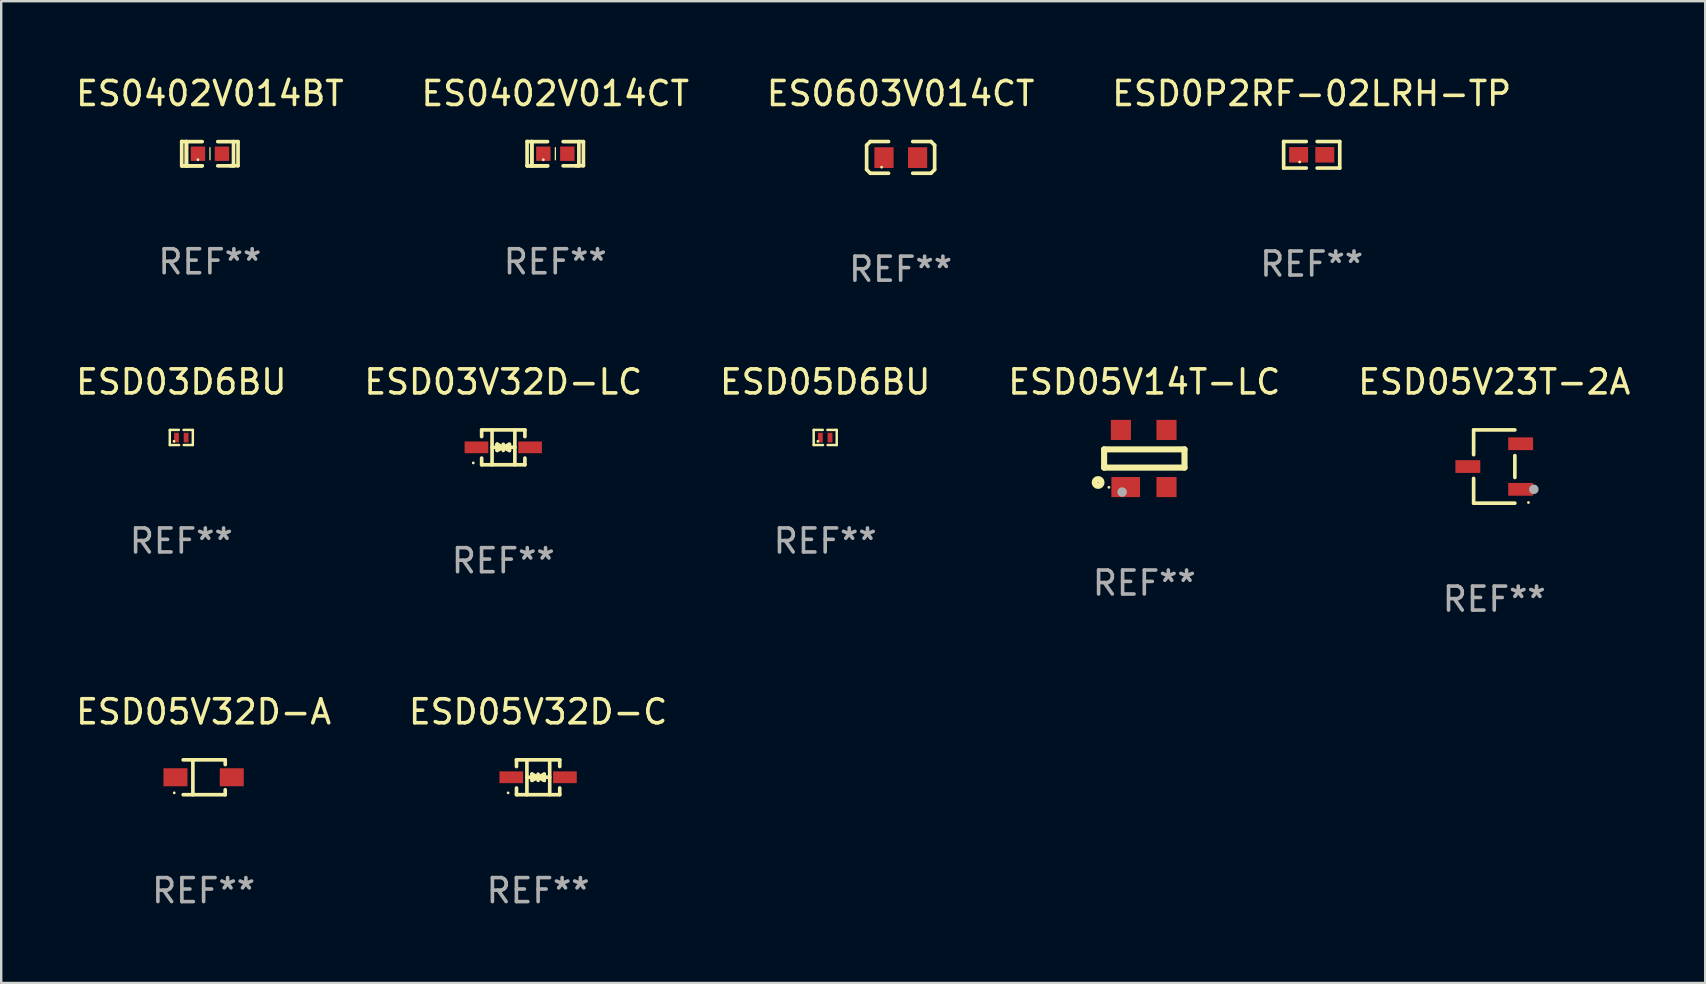
<source format=kicad_pcb>
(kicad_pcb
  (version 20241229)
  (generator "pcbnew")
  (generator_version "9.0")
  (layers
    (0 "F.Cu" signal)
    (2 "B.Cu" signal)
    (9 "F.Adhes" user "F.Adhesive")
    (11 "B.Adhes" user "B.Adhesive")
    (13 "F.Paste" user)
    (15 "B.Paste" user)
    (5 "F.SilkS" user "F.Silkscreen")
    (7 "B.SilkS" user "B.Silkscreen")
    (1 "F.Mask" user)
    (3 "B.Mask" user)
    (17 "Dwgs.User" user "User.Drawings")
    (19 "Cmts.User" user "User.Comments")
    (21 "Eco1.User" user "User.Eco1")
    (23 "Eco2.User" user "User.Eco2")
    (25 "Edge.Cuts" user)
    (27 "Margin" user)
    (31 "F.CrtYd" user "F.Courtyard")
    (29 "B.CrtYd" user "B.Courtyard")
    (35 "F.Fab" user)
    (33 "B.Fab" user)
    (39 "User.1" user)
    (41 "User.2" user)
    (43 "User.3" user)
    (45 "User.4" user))
  (footprint "ESD05V14T-LC"
    (layer "F.Cu")
    (at 44.637 16.057)
    (property "Reference" "ESD05V14T-LC" (at 0 -3.191 0) (layer "F.SilkS") (effects (font (size 1 1) (thickness 0.15))))
    (attr through_hole)
    (fp_line (start -1.675 -0.38) (end -1.675 0.38) (stroke (width 0.254) (type solid)) (layer "F.SilkS"))
    (fp_line (start -1.675 -0.38) (end 1.675 -0.38) (stroke (width 0.254) (type solid)) (layer "F.SilkS"))
    (fp_line (start -1.675 0.38) (end 1.675 0.38) (stroke (width 0.254) (type solid)) (layer "F.SilkS"))
    (fp_line (start 1.675 -0.38) (end 1.675 0.38) (stroke (width 0.254) (type solid)) (layer "F.SilkS"))
    (fp_circle (center -1.925 1) (end -1.783 1) (stroke (width 0.254) (type solid)) (fill no) (layer "F.SilkS"))
    (fp_circle (center -1.475 1.2) (end -1.445 1.2) (stroke (width 0.06) (type solid)) (fill no) (layer "F.SilkS"))
    (fp_circle (center -0.925 1.4) (end -0.825 1.4) (stroke (width 0.2) (type solid)) (fill no) (layer "F.Fab"))
    (fp_text user "REF**" (at 0 5.191 0) (layer "F.Fab") (effects (font (size 1 1) (thickness 0.15))))
    (pad "1" smd rect (at -0.775 1.191) (size 1.194 0.838) (layers "F.Cu" "F.Mask" "F.Paste"))
    (pad "2" smd rect (at 0.925 1.191) (size 0.838 0.838) (layers "F.Cu" "F.Mask" "F.Paste"))
    (pad "3" smd rect (at 0.925 -1.191) (size 0.838 0.838) (layers "F.Cu" "F.Mask" "F.Paste"))
    (pad "4" smd rect (at -0.975 -1.191) (size 0.838 0.838) (layers "F.Cu" "F.Mask" "F.Paste")))
  (footprint "ES0402V014BT"
    (layer "F.Cu")
    (at 5.696 3.354)
    (property "Reference" "ES0402V014BT" (at 0 -2.506 0) (layer "F.SilkS") (effects (font (size 1 1) (thickness 0.15))))
    (attr through_hole)
    (fp_line (start -1.174 -0.506) (end -0.977 -0.502) (stroke (width 0.152) (type solid)) (layer "F.SilkS"))
    (fp_line (start -1.174 0.506) (end -1.174 -0.506) (stroke (width 0.152) (type solid)) (layer "F.SilkS"))
    (fp_line (start -0.977 -0.502) (end -0.977 0.506) (stroke (width 0.152) (type solid)) (layer "F.SilkS"))
    (fp_line (start -0.977 -0.502) (end -0.977 0.506) (stroke (width 0.152) (type solid)) (layer "F.SilkS"))
    (fp_line (start -0.977 0.506) (end -1.166 0.506) (stroke (width 0.152) (type solid)) (layer "F.SilkS"))
    (fp_line (start -0.977 0.506) (end -0.32 0.506) (stroke (width 0.152) (type solid)) (layer "F.SilkS"))
    (fp_line (start -0.977 0.506) (end -0.32 0.506) (stroke (width 0.152) (type solid)) (layer "F.SilkS"))
    (fp_line (start -0.971 0.506) (end -1.174 0.506) (stroke (width 0.152) (type solid)) (layer "F.SilkS"))
    (fp_line (start -0.32 -0.502) (end -0.977 -0.502) (stroke (width 0.152) (type solid)) (layer "F.SilkS"))
    (fp_line (start 0.004 -0.252) (end 0.004 0.256) (stroke (width 0.051) (type solid)) (layer "F.SilkS"))
    (fp_line (start 0.328 0.506) (end 0.985 0.506) (stroke (width 0.152) (type solid)) (layer "F.SilkS"))
    (fp_line (start 0.985 -0.502) (end 0.328 -0.502) (stroke (width 0.152) (type solid)) (layer "F.SilkS"))
    (fp_line (start 0.985 -0.502) (end 1.174 -0.502) (stroke (width 0.152) (type solid)) (layer "F.SilkS"))
    (fp_line (start 0.985 0.506) (end 0.985 -0.502) (stroke (width 0.152) (type solid)) (layer "F.SilkS"))
    (fp_line (start 1.174 -0.502) (end 1.174 0.502) (stroke (width 0.152) (type solid)) (layer "F.SilkS"))
    (fp_line (start 1.174 0.502) (end 0.851 0.502) (stroke (width 0.152) (type solid)) (layer "F.SilkS"))
    (fp_circle (center -0.497 0.253) (end -0.467 0.253) (stroke (width 0.06) (type solid)) (fill no) (layer "F.SilkS"))
    (fp_text user "REF**" (at 0 4.506 0) (layer "F.Fab") (effects (font (size 1 1) (thickness 0.15))))
    (pad "1" smd rect (at -0.496 0.002) (size 0.6 0.6) (layers "F.Cu" "F.Mask" "F.Paste"))
    (pad "2" smd rect (at 0.504 0.002) (size 0.6 0.6) (layers "F.Cu" "F.Mask" "F.Paste")))
  (footprint "ESD05V32D-A"
    (layer "F.Cu")
    (at 5.435 29.341)
    (property "Reference" "ESD05V32D-A" (at 0 -2.726 0) (layer "F.SilkS") (effects (font (size 1 1) (thickness 0.15))))
    (attr through_hole)
    (fp_line (start -0.851 -0.726) (end 0.901 -0.726) (stroke (width 0.152) (type solid)) (layer "F.SilkS"))
    (fp_line (start -0.851 0.726) (end 0.901 0.726) (stroke (width 0.152) (type solid)) (layer "F.SilkS"))
    (fp_line (start -0.447 -0.726) (end -0.447 0.726) (stroke (width 0.152) (type solid)) (layer "F.SilkS"))
    (fp_line (start 0.901 -0.726) (end 0.901 -0.53) (stroke (width 0.152) (type solid)) (layer "F.SilkS"))
    (fp_line (start 0.901 0.726) (end 0.901 0.52) (stroke (width 0.152) (type solid)) (layer "F.SilkS"))
    (fp_circle (center -1.225 0.65) (end -1.195 0.65) (stroke (width 0.06) (type solid)) (fill no) (layer "F.SilkS"))
    (fp_text user "REF**" (at 0 4.726 0) (layer "F.Fab") (effects (font (size 1 1) (thickness 0.15))))
    (pad "1" smd rect (at -1.173 0) (size 1 0.75) (layers "F.Cu" "F.Mask" "F.Paste"))
    (pad "2" smd rect (at 1.173 0) (size 1 0.75) (layers "F.Cu" "F.Mask" "F.Paste")))
  (footprint "ES0402V014CT"
    (layer "F.Cu")
    (at 20.089 3.354)
    (property "Reference" "ES0402V014CT" (at 0 -2.506 0) (layer "F.SilkS") (effects (font (size 1 1) (thickness 0.15))))
    (attr through_hole)
    (fp_line (start -1.174 -0.506) (end -0.977 -0.502) (stroke (width 0.152) (type solid)) (layer "F.SilkS"))
    (fp_line (start -1.174 0.506) (end -1.174 -0.506) (stroke (width 0.152) (type solid)) (layer "F.SilkS"))
    (fp_line (start -0.977 -0.502) (end -0.977 0.506) (stroke (width 0.152) (type solid)) (layer "F.SilkS"))
    (fp_line (start -0.977 -0.502) (end -0.977 0.506) (stroke (width 0.152) (type solid)) (layer "F.SilkS"))
    (fp_line (start -0.977 0.506) (end -1.166 0.506) (stroke (width 0.152) (type solid)) (layer "F.SilkS"))
    (fp_line (start -0.977 0.506) (end -0.32 0.506) (stroke (width 0.152) (type solid)) (layer "F.SilkS"))
    (fp_line (start -0.977 0.506) (end -0.32 0.506) (stroke (width 0.152) (type solid)) (layer "F.SilkS"))
    (fp_line (start -0.971 0.506) (end -1.174 0.506) (stroke (width 0.152) (type solid)) (layer "F.SilkS"))
    (fp_line (start -0.32 -0.502) (end -0.977 -0.502) (stroke (width 0.152) (type solid)) (layer "F.SilkS"))
    (fp_line (start 0.004 -0.252) (end 0.004 0.256) (stroke (width 0.051) (type solid)) (layer "F.SilkS"))
    (fp_line (start 0.328 0.506) (end 0.985 0.506) (stroke (width 0.152) (type solid)) (layer "F.SilkS"))
    (fp_line (start 0.985 -0.502) (end 0.328 -0.502) (stroke (width 0.152) (type solid)) (layer "F.SilkS"))
    (fp_line (start 0.985 -0.502) (end 1.174 -0.502) (stroke (width 0.152) (type solid)) (layer "F.SilkS"))
    (fp_line (start 0.985 0.506) (end 0.985 -0.502) (stroke (width 0.152) (type solid)) (layer "F.SilkS"))
    (fp_line (start 1.174 -0.502) (end 1.174 0.502) (stroke (width 0.152) (type solid)) (layer "F.SilkS"))
    (fp_line (start 1.174 0.502) (end 0.851 0.502) (stroke (width 0.152) (type solid)) (layer "F.SilkS"))
    (fp_circle (center -0.497 0.253) (end -0.467 0.253) (stroke (width 0.06) (type solid)) (fill no) (layer "F.SilkS"))
    (fp_text user "REF**" (at 0 4.506 0) (layer "F.Fab") (effects (font (size 1 1) (thickness 0.15))))
    (pad "1" smd rect (at -0.496 0.002) (size 0.6 0.6) (layers "F.Cu" "F.Mask" "F.Paste"))
    (pad "2" smd rect (at 0.504 0.002) (size 0.6 0.6) (layers "F.Cu" "F.Mask" "F.Paste")))
  (footprint "ES0603V014CT"
    (layer "F.Cu")
    (at 34.482 3.509)
    (property "Reference" "ES0603V014CT" (at 0 -2.661 0) (layer "F.SilkS") (effects (font (size 1 1) (thickness 0.15))))
    (attr through_hole)
    (fp_line (start -1.417 -0.508) (end -1.265 -0.661) (stroke (width 0.152) (type solid)) (layer "F.SilkS"))
    (fp_line (start -1.417 0.508) (end -1.417 -0.508) (stroke (width 0.152) (type solid)) (layer "F.SilkS"))
    (fp_line (start -1.265 -0.661) (end -0.503 -0.661) (stroke (width 0.152) (type solid)) (layer "F.SilkS"))
    (fp_line (start -1.265 0.661) (end -1.417 0.508) (stroke (width 0.152) (type solid)) (layer "F.SilkS"))
    (fp_line (start -1.265 0.661) (end -0.503 0.661) (stroke (width 0.152) (type solid)) (layer "F.SilkS"))
    (fp_line (start 1.265 -0.661) (end 0.503 -0.661) (stroke (width 0.152) (type solid)) (layer "F.SilkS"))
    (fp_line (start 1.265 -0.661) (end 1.417 -0.508) (stroke (width 0.152) (type solid)) (layer "F.SilkS"))
    (fp_line (start 1.265 0.661) (end 0.503 0.661) (stroke (width 0.152) (type solid)) (layer "F.SilkS"))
    (fp_line (start 1.417 -0.508) (end 1.417 0.508) (stroke (width 0.152) (type solid)) (layer "F.SilkS"))
    (fp_line (start 1.417 0.508) (end 1.265 0.661) (stroke (width 0.152) (type solid)) (layer "F.SilkS"))
    (fp_circle (center -0.793 0.409) (end -0.763 0.409) (stroke (width 0.06) (type solid)) (fill no) (layer "F.SilkS"))
    (fp_text user "REF**" (at 0 4.661 0) (layer "F.Fab") (effects (font (size 1 1) (thickness 0.15))))
    (pad "1" smd rect (at -0.693 0.009 180) (size 0.8 0.864) (layers "F.Cu" "F.Mask" "F.Paste"))
    (pad "2" smd rect (at 0.707 0.009 180) (size 0.8 0.864) (layers "F.Cu" "F.Mask" "F.Paste")))
  (footprint "ESD03D6BU"
    (layer "F.Cu")
    (at 4.506 15.181)
    (property "Reference" "ESD03D6BU" (at 0 -2.315 0) (layer "F.SilkS") (effects (font (size 1 1) (thickness 0.15))))
    (attr through_hole)
    (fp_line (start -0.48 -0.315) (end -0.48 0.315) (stroke (width 0.102) (type solid)) (layer "F.SilkS"))
    (fp_line (start -0.48 0.315) (end -0.09 0.315) (stroke (width 0.102) (type solid)) (layer "F.SilkS"))
    (fp_line (start -0.48 -0.315) (end -0.1 -0.315) (stroke (width 0.102) (type solid)) (layer "F.SilkS"))
    (fp_line (start 0.48 0.315) (end 0.1 0.315) (stroke (width 0.102) (type solid)) (layer "F.SilkS"))
    (fp_line (start 0.48 -0.315) (end 0.09 -0.315) (stroke (width 0.102) (type solid)) (layer "F.SilkS"))
    (fp_line (start 0.48 0.315) (end 0.48 -0.315) (stroke (width 0.102) (type solid)) (layer "F.SilkS"))
    (fp_circle (center -0.305 0.16) (end -0.275 0.16) (stroke (width 0.06) (type solid)) (fill no) (layer "F.SilkS"))
    (fp_text user "REF**" (at 0 4.315 0) (layer "F.Fab") (effects (font (size 1 1) (thickness 0.15))))
    (pad "1" smd rect (at -0.2 0.005) (size 0.2 0.4) (layers "F.Cu" "F.Mask" "F.Paste"))
    (pad "2" smd rect (at 0.2 0.005) (size 0.2 0.4) (layers "F.Cu" "F.Mask" "F.Paste")))
  (footprint "ESD05D6BU"
    (layer "F.Cu")
    (at 31.339 15.181)
    (property "Reference" "ESD05D6BU" (at 0 -2.315 0) (layer "F.SilkS") (effects (font (size 1 1) (thickness 0.15))))
    (attr through_hole)
    (fp_line (start -0.48 -0.315) (end -0.48 0.315) (stroke (width 0.102) (type solid)) (layer "F.SilkS"))
    (fp_line (start -0.48 0.315) (end -0.09 0.315) (stroke (width 0.102) (type solid)) (layer "F.SilkS"))
    (fp_line (start -0.48 -0.315) (end -0.1 -0.315) (stroke (width 0.102) (type solid)) (layer "F.SilkS"))
    (fp_line (start 0.48 0.315) (end 0.1 0.315) (stroke (width 0.102) (type solid)) (layer "F.SilkS"))
    (fp_line (start 0.48 -0.315) (end 0.09 -0.315) (stroke (width 0.102) (type solid)) (layer "F.SilkS"))
    (fp_line (start 0.48 0.315) (end 0.48 -0.315) (stroke (width 0.102) (type solid)) (layer "F.SilkS"))
    (fp_circle (center -0.305 0.16) (end -0.275 0.16) (stroke (width 0.06) (type solid)) (fill no) (layer "F.SilkS"))
    (fp_text user "REF**" (at 0 4.315 0) (layer "F.Fab") (effects (font (size 1 1) (thickness 0.15))))
    (pad "1" smd rect (at -0.2 0.005) (size 0.2 0.4) (layers "F.Cu" "F.Mask" "F.Paste"))
    (pad "2" smd rect (at 0.2 0.005) (size 0.2 0.4) (layers "F.Cu" "F.Mask" "F.Paste")))
  (footprint "ESD05V23T-2A"
    (layer "F.Cu")
    (at 59.22 16.392)
    (property "Reference" "ESD05V23T-2A" (at 0 -3.526 0) (layer "F.SilkS") (effects (font (size 1 1) (thickness 0.15))))
    (attr through_hole)
    (fp_line (start -0.859 -1.526) (end -0.859 -0.495) (stroke (width 0.152) (type solid)) (layer "F.SilkS"))
    (fp_line (start -0.859 1.526) (end -0.859 0.495) (stroke (width 0.152) (type solid)) (layer "F.SilkS"))
    (fp_line (start 0.859 -1.526) (end -0.859 -1.526) (stroke (width 0.152) (type solid)) (layer "F.SilkS"))
    (fp_line (start 0.859 -0.455) (end 0.859 0.455) (stroke (width 0.152) (type solid)) (layer "F.SilkS"))
    (fp_line (start 0.859 1.526) (end -0.859 1.526) (stroke (width 0.152) (type solid)) (layer "F.SilkS"))
    (fp_circle (center 1.425 1.5) (end 1.455 1.5) (stroke (width 0.06) (type solid)) (fill no) (layer "F.SilkS"))
    (fp_circle (center 1.65 0.95) (end 1.75 0.95) (stroke (width 0.2) (type solid)) (fill no) (layer "F.Fab"))
    (fp_text user "REF**" (at 0 5.526 0) (layer "F.Fab") (effects (font (size 1 1) (thickness 0.15))))
    (pad "1" smd rect (at 1.101 0.95) (size 1.037 0.532) (layers "F.Cu" "F.Mask" "F.Paste"))
    (pad "2" smd rect (at 1.101 -0.95) (size 1.037 0.532) (layers "F.Cu" "F.Mask" "F.Paste"))
    (pad "3" smd rect (at -1.101 0) (size 1.037 0.532) (layers "F.Cu" "F.Mask" "F.Paste")))
  (footprint "ESD0P2RF-02LRH-TP"
    (layer "F.Cu")
    (at 51.613 3.401)
    (property "Reference" "ESD0P2RF-02LRH-TP" (at 0 -2.553 0) (layer "F.SilkS") (effects (font (size 1 1) (thickness 0.15))))
    (attr through_hole)
    (fp_line (start -1.169 -0.553) (end -0.226 -0.553) (stroke (width 0.152) (type solid)) (layer "F.SilkS"))
    (fp_line (start -1.169 0.553) (end -1.169 -0.553) (stroke (width 0.152) (type solid)) (layer "F.SilkS"))
    (fp_line (start -0.226 0.553) (end -1.169 0.553) (stroke (width 0.152) (type solid)) (layer "F.SilkS"))
    (fp_line (start 0.226 0.553) (end 1.169 0.553) (stroke (width 0.152) (type solid)) (layer "F.SilkS"))
    (fp_line (start 1.169 -0.553) (end 0.226 -0.553) (stroke (width 0.152) (type solid)) (layer "F.SilkS"))
    (fp_line (start 1.169 0.553) (end 1.169 -0.553) (stroke (width 0.152) (type solid)) (layer "F.SilkS"))
    (fp_circle (center -0.5 0.3) (end -0.47 0.3) (stroke (width 0.06) (type solid)) (fill no) (layer "F.SilkS"))
    (fp_text user "REF**" (at 0 4.553 0) (layer "F.Fab") (effects (font (size 1 1) (thickness 0.15))))
    (pad "1" smd rect (at -0.545 0) (size 0.79 0.648) (layers "F.Cu" "F.Mask" "F.Paste"))
    (pad "2" smd rect (at 0.545 0) (size 0.79 0.648) (layers "F.Cu" "F.Mask" "F.Paste")))
  (footprint "ESD03V32D-LC"
    (layer "F.Cu")
    (at 17.923 15.592)
    (property "Reference" "ESD03V32D-LC" (at 0 -2.726 0) (layer "F.SilkS") (effects (font (size 1 1) (thickness 0.15))))
    (attr through_hole)
    (fp_line (start -0.901 -0.726) (end -0.901 -0.448) (stroke (width 0.152) (type solid)) (layer "F.SilkS"))
    (fp_line (start -0.901 0.726) (end -0.901 0.448) (stroke (width 0.152) (type solid)) (layer "F.SilkS"))
    (fp_line (start -0.467 0) (end 0.483 -0.003) (stroke (width 0.154) (type solid)) (layer "F.SilkS"))
    (fp_line (start -0.467 0.726) (end -0.467 -0.726) (stroke (width 0.152) (type solid)) (layer "F.SilkS"))
    (fp_line (start -0.254 -0.127) (end -0.254 -0.127) (stroke (width 0.154) (type solid)) (layer "F.SilkS"))
    (fp_line (start -0.254 -0.127) (end -0.002 -0.003) (stroke (width 0.154) (type solid)) (layer "F.SilkS"))
    (fp_line (start -0.254 0.127) (end -0.254 -0.127) (stroke (width 0.154) (type solid)) (layer "F.SilkS"))
    (fp_line (start -0.127 0) (end 0.003 0) (stroke (width 0.154) (type solid)) (layer "F.SilkS"))
    (fp_line (start -0.003 0) (end -0.254 0.127) (stroke (width 0.154) (type solid)) (layer "F.SilkS"))
    (fp_line (start 0 -0.127) (end 0 0.127) (stroke (width 0.154) (type solid)) (layer "F.SilkS"))
    (fp_line (start 0.003 0) (end 0.254 -0.127) (stroke (width 0.154) (type solid)) (layer "F.SilkS"))
    (fp_line (start 0.127 0) (end -0.003 0) (stroke (width 0.154) (type solid)) (layer "F.SilkS"))
    (fp_line (start 0.254 -0.127) (end 0.254 0.127) (stroke (width 0.154) (type solid)) (layer "F.SilkS"))
    (fp_line (start 0.254 0.127) (end 0.002 0.003) (stroke (width 0.154) (type solid)) (layer "F.SilkS"))
    (fp_line (start 0.254 0.127) (end 0.254 0.127) (stroke (width 0.154) (type solid)) (layer "F.SilkS"))
    (fp_line (start 0.483 0.726) (end 0.483 -0.726) (stroke (width 0.152) (type solid)) (layer "F.SilkS"))
    (fp_line (start 0.901 -0.726) (end -0.901 -0.726) (stroke (width 0.152) (type solid)) (layer "F.SilkS"))
    (fp_line (start 0.901 -0.726) (end 0.901 -0.448) (stroke (width 0.152) (type solid)) (layer "F.SilkS"))
    (fp_line (start 0.901 0.726) (end -0.901 0.726) (stroke (width 0.152) (type solid)) (layer "F.SilkS"))
    (fp_line (start 0.901 0.726) (end 0.901 0.448) (stroke (width 0.152) (type solid)) (layer "F.SilkS"))
    (fp_circle (center -1.25 0.65) (end -1.22 0.65) (stroke (width 0.06) (type solid)) (fill no) (layer "F.SilkS"))
    (fp_text user "REF**" (at 0 4.726 0) (layer "F.Fab") (effects (font (size 1 1) (thickness 0.15))))
    (pad "1" smd rect (at -1.118 0) (size 0.985 0.49) (layers "F.Cu" "F.Mask" "F.Paste"))
    (pad "2" smd rect (at 1.118 0) (size 0.985 0.49) (layers "F.Cu" "F.Mask" "F.Paste")))
  (footprint "ESD05V32D-C"
    (layer "F.Cu")
    (at 19.375 29.341)
    (property "Reference" "ESD05V32D-C" (at 0 -2.726 0) (layer "F.SilkS") (effects (font (size 1 1) (thickness 0.15))))
    (attr through_hole)
    (fp_line (start -0.901 -0.726) (end -0.901 -0.448) (stroke (width 0.152) (type solid)) (layer "F.SilkS"))
    (fp_line (start -0.901 0.726) (end -0.901 0.448) (stroke (width 0.152) (type solid)) (layer "F.SilkS"))
    (fp_line (start -0.467 0) (end 0.483 -0.003) (stroke (width 0.154) (type solid)) (layer "F.SilkS"))
    (fp_line (start -0.467 0.726) (end -0.467 -0.726) (stroke (width 0.152) (type solid)) (layer "F.SilkS"))
    (fp_line (start -0.254 -0.127) (end -0.254 -0.127) (stroke (width 0.154) (type solid)) (layer "F.SilkS"))
    (fp_line (start -0.254 -0.127) (end -0.002 -0.003) (stroke (width 0.154) (type solid)) (layer "F.SilkS"))
    (fp_line (start -0.254 0.127) (end -0.254 -0.127) (stroke (width 0.154) (type solid)) (layer "F.SilkS"))
    (fp_line (start -0.127 0) (end 0.003 0) (stroke (width 0.154) (type solid)) (layer "F.SilkS"))
    (fp_line (start -0.003 0) (end -0.254 0.127) (stroke (width 0.154) (type solid)) (layer "F.SilkS"))
    (fp_line (start 0 -0.127) (end 0 0.127) (stroke (width 0.154) (type solid)) (layer "F.SilkS"))
    (fp_line (start 0.003 0) (end 0.254 -0.127) (stroke (width 0.154) (type solid)) (layer "F.SilkS"))
    (fp_line (start 0.127 0) (end -0.003 0) (stroke (width 0.154) (type solid)) (layer "F.SilkS"))
    (fp_line (start 0.254 -0.127) (end 0.254 0.127) (stroke (width 0.154) (type solid)) (layer "F.SilkS"))
    (fp_line (start 0.254 0.127) (end 0.002 0.003) (stroke (width 0.154) (type solid)) (layer "F.SilkS"))
    (fp_line (start 0.254 0.127) (end 0.254 0.127) (stroke (width 0.154) (type solid)) (layer "F.SilkS"))
    (fp_line (start 0.483 0.726) (end 0.483 -0.726) (stroke (width 0.152) (type solid)) (layer "F.SilkS"))
    (fp_line (start 0.901 -0.726) (end -0.901 -0.726) (stroke (width 0.152) (type solid)) (layer "F.SilkS"))
    (fp_line (start 0.901 -0.726) (end 0.901 -0.448) (stroke (width 0.152) (type solid)) (layer "F.SilkS"))
    (fp_line (start 0.901 0.726) (end -0.901 0.726) (stroke (width 0.152) (type solid)) (layer "F.SilkS"))
    (fp_line (start 0.901 0.726) (end 0.901 0.448) (stroke (width 0.152) (type solid)) (layer "F.SilkS"))
    (fp_circle (center -1.25 0.65) (end -1.22 0.65) (stroke (width 0.06) (type solid)) (fill no) (layer "F.SilkS"))
    (fp_text user "REF**" (at 0 4.726 0) (layer "F.Fab") (effects (font (size 1 1) (thickness 0.15))))
    (pad "1" smd rect (at -1.118 0) (size 0.985 0.49) (layers "F.Cu" "F.Mask" "F.Paste"))
    (pad "2" smd rect (at 1.118 0) (size 0.985 0.49) (layers "F.Cu" "F.Mask" "F.Paste")))
  (gr_rect
    (start -3 -3)
    (end 68.012 37.916)
    (stroke (width 0.1) (type default))
    (fill no)
    (layer "Edge.Cuts")))
</source>
